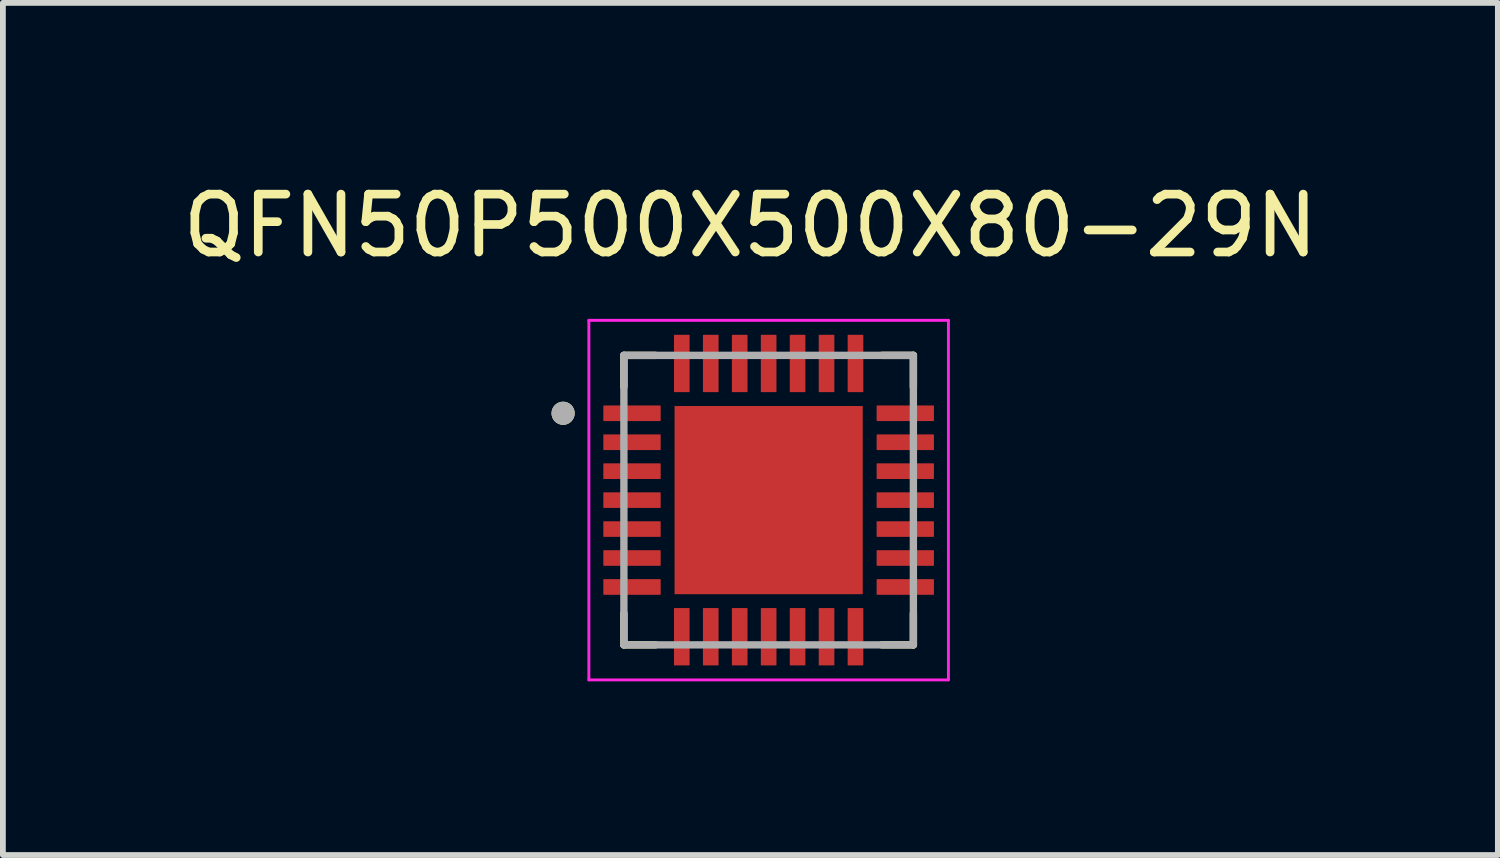
<source format=kicad_pcb>
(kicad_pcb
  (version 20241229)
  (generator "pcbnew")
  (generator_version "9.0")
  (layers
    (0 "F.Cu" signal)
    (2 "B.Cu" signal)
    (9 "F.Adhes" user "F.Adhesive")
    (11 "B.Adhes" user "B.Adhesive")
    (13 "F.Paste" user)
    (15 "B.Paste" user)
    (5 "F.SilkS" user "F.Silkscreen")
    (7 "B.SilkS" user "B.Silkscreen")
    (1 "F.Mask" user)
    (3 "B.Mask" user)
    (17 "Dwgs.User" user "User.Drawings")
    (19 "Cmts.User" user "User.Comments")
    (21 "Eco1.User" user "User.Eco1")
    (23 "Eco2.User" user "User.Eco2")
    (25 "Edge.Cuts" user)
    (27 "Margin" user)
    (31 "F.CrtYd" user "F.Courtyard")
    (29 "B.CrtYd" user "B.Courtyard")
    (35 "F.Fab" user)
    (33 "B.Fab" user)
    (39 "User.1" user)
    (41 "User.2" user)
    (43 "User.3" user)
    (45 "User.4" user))
  (footprint "QFN50P500X500X80-29N"
    (layer "F.Cu")
    (at 10.226 5.588)
    (property "Reference" "QFN50P500X500X80-29N" (at -0.315 -4.74 0) (layer "F.SilkS") (effects (font (size 1 1) (thickness 0.15))))
    (attr smd)
    (fp_line (start -2.5 -2.5) (end -2.5 -1.955) (stroke (width 0.127) (type solid)) (layer "F.SilkS"))
    (fp_line (start -2.5 -2.5) (end -1.955 -2.5) (stroke (width 0.127) (type solid)) (layer "F.SilkS"))
    (fp_line (start -2.5 2.5) (end -2.5 1.955) (stroke (width 0.127) (type solid)) (layer "F.SilkS"))
    (fp_line (start -2.5 2.5) (end -1.955 2.5) (stroke (width 0.127) (type solid)) (layer "F.SilkS"))
    (fp_line (start 2.5 -2.5) (end 1.955 -2.5) (stroke (width 0.127) (type solid)) (layer "F.SilkS"))
    (fp_line (start 2.5 -2.5) (end 2.5 -1.955) (stroke (width 0.127) (type solid)) (layer "F.SilkS"))
    (fp_line (start 2.5 2.5) (end 1.955 2.5) (stroke (width 0.127) (type solid)) (layer "F.SilkS"))
    (fp_line (start 2.5 2.5) (end 2.5 1.955) (stroke (width 0.127) (type solid)) (layer "F.SilkS"))
    (fp_circle (center -3.55 -1.5) (end -3.45 -1.5) (stroke (width 0.2) (type solid)) (fill no) (layer "F.SilkS"))
    (fp_poly (pts (xy -1.03 -1.03) (xy 1.03 -1.03) (xy 1.03 1.03) (xy -1.03 1.03)) (stroke (width 0.01) (type solid)) (fill yes) (layer "F.Paste"))
    (fp_line (start -3.105 -3.105) (end 3.105 -3.105) (stroke (width 0.05) (type solid)) (layer "F.CrtYd"))
    (fp_line (start -3.105 3.105) (end -3.105 -3.105) (stroke (width 0.05) (type solid)) (layer "F.CrtYd"))
    (fp_line (start -3.105 3.105) (end 3.105 3.105) (stroke (width 0.05) (type solid)) (layer "F.CrtYd"))
    (fp_line (start 3.105 3.105) (end 3.105 -3.105) (stroke (width 0.05) (type solid)) (layer "F.CrtYd"))
    (fp_line (start -2.5 2.5) (end -2.5 -2.5) (stroke (width 0.127) (type solid)) (layer "F.Fab"))
    (fp_line (start 2.5 -2.5) (end -2.5 -2.5) (stroke (width 0.127) (type solid)) (layer "F.Fab"))
    (fp_line (start 2.5 2.5) (end -2.5 2.5) (stroke (width 0.127) (type solid)) (layer "F.Fab"))
    (fp_line (start 2.5 2.5) (end 2.5 -2.5) (stroke (width 0.127) (type solid)) (layer "F.Fab"))
    (fp_circle (center -3.55 -1.5) (end -3.45 -1.5) (stroke (width 0.2) (type solid)) (fill no) (layer "F.Fab"))
    (pad "1" smd roundrect (at -2.36 -1.5) (size 0.99 0.27) (layers "F.Cu" "F.Mask" "F.Paste") (roundrect_rratio 0.03))
    (pad "2" smd roundrect (at -2.36 -1) (size 0.99 0.27) (layers "F.Cu" "F.Mask" "F.Paste") (roundrect_rratio 0.03))
    (pad "3" smd roundrect (at -2.36 -0.5) (size 0.99 0.27) (layers "F.Cu" "F.Mask" "F.Paste") (roundrect_rratio 0.03))
    (pad "4" smd roundrect (at -2.36 0) (size 0.99 0.27) (layers "F.Cu" "F.Mask" "F.Paste") (roundrect_rratio 0.03))
    (pad "5" smd roundrect (at -2.36 0.5) (size 0.99 0.27) (layers "F.Cu" "F.Mask" "F.Paste") (roundrect_rratio 0.03))
    (pad "6" smd roundrect (at -2.36 1) (size 0.99 0.27) (layers "F.Cu" "F.Mask" "F.Paste") (roundrect_rratio 0.03))
    (pad "7" smd roundrect (at -2.36 1.5) (size 0.99 0.27) (layers "F.Cu" "F.Mask" "F.Paste") (roundrect_rratio 0.03))
    (pad "8" smd roundrect (at -1.5 2.36 90) (size 0.99 0.27) (layers "F.Cu" "F.Mask" "F.Paste") (roundrect_rratio 0.03))
    (pad "9" smd roundrect (at -1 2.36 90) (size 0.99 0.27) (layers "F.Cu" "F.Mask" "F.Paste") (roundrect_rratio 0.03))
    (pad "10" smd roundrect (at -0.5 2.36 90) (size 0.99 0.27) (layers "F.Cu" "F.Mask" "F.Paste") (roundrect_rratio 0.03))
    (pad "11" smd roundrect (at 0 2.36 90) (size 0.99 0.27) (layers "F.Cu" "F.Mask" "F.Paste") (roundrect_rratio 0.03))
    (pad "12" smd roundrect (at 0.5 2.36 90) (size 0.99 0.27) (layers "F.Cu" "F.Mask" "F.Paste") (roundrect_rratio 0.03))
    (pad "13" smd roundrect (at 1 2.36 90) (size 0.99 0.27) (layers "F.Cu" "F.Mask" "F.Paste") (roundrect_rratio 0.03))
    (pad "14" smd roundrect (at 1.5 2.36 90) (size 0.99 0.27) (layers "F.Cu" "F.Mask" "F.Paste") (roundrect_rratio 0.03))
    (pad "15" smd roundrect (at 2.36 1.5) (size 0.99 0.27) (layers "F.Cu" "F.Mask" "F.Paste") (roundrect_rratio 0.03))
    (pad "16" smd roundrect (at 2.36 1) (size 0.99 0.27) (layers "F.Cu" "F.Mask" "F.Paste") (roundrect_rratio 0.03))
    (pad "17" smd roundrect (at 2.36 0.5) (size 0.99 0.27) (layers "F.Cu" "F.Mask" "F.Paste") (roundrect_rratio 0.03))
    (pad "18" smd roundrect (at 2.36 0) (size 0.99 0.27) (layers "F.Cu" "F.Mask" "F.Paste") (roundrect_rratio 0.03))
    (pad "19" smd roundrect (at 2.36 -0.5) (size 0.99 0.27) (layers "F.Cu" "F.Mask" "F.Paste") (roundrect_rratio 0.03))
    (pad "20" smd roundrect (at 2.36 -1) (size 0.99 0.27) (layers "F.Cu" "F.Mask" "F.Paste") (roundrect_rratio 0.03))
    (pad "21" smd roundrect (at 2.36 -1.5) (size 0.99 0.27) (layers "F.Cu" "F.Mask" "F.Paste") (roundrect_rratio 0.03))
    (pad "22" smd roundrect (at 1.5 -2.36 90) (size 0.99 0.27) (layers "F.Cu" "F.Mask" "F.Paste") (roundrect_rratio 0.03))
    (pad "23" smd roundrect (at 1 -2.36 90) (size 0.99 0.27) (layers "F.Cu" "F.Mask" "F.Paste") (roundrect_rratio 0.03))
    (pad "24" smd roundrect (at 0.5 -2.36 90) (size 0.99 0.27) (layers "F.Cu" "F.Mask" "F.Paste") (roundrect_rratio 0.03))
    (pad "25" smd roundrect (at 0 -2.36 90) (size 0.99 0.27) (layers "F.Cu" "F.Mask" "F.Paste") (roundrect_rratio 0.03))
    (pad "26" smd roundrect (at -0.5 -2.36 90) (size 0.99 0.27) (layers "F.Cu" "F.Mask" "F.Paste") (roundrect_rratio 0.03))
    (pad "27" smd roundrect (at -1 -2.36 90) (size 0.99 0.27) (layers "F.Cu" "F.Mask" "F.Paste") (roundrect_rratio 0.03))
    (pad "28" smd roundrect (at -1.5 -2.36 90) (size 0.99 0.27) (layers "F.Cu" "F.Mask" "F.Paste") (roundrect_rratio 0.03))
    (pad "29" smd rect (at 0 0) (size 3.25 3.25) (layers "F.Cu" "F.Mask")))
  (gr_rect
    (start -3 -3)
    (end 22.821 11.718)
    (stroke (width 0.1) (type default))
    (fill no)
    (layer "Edge.Cuts")))
</source>
